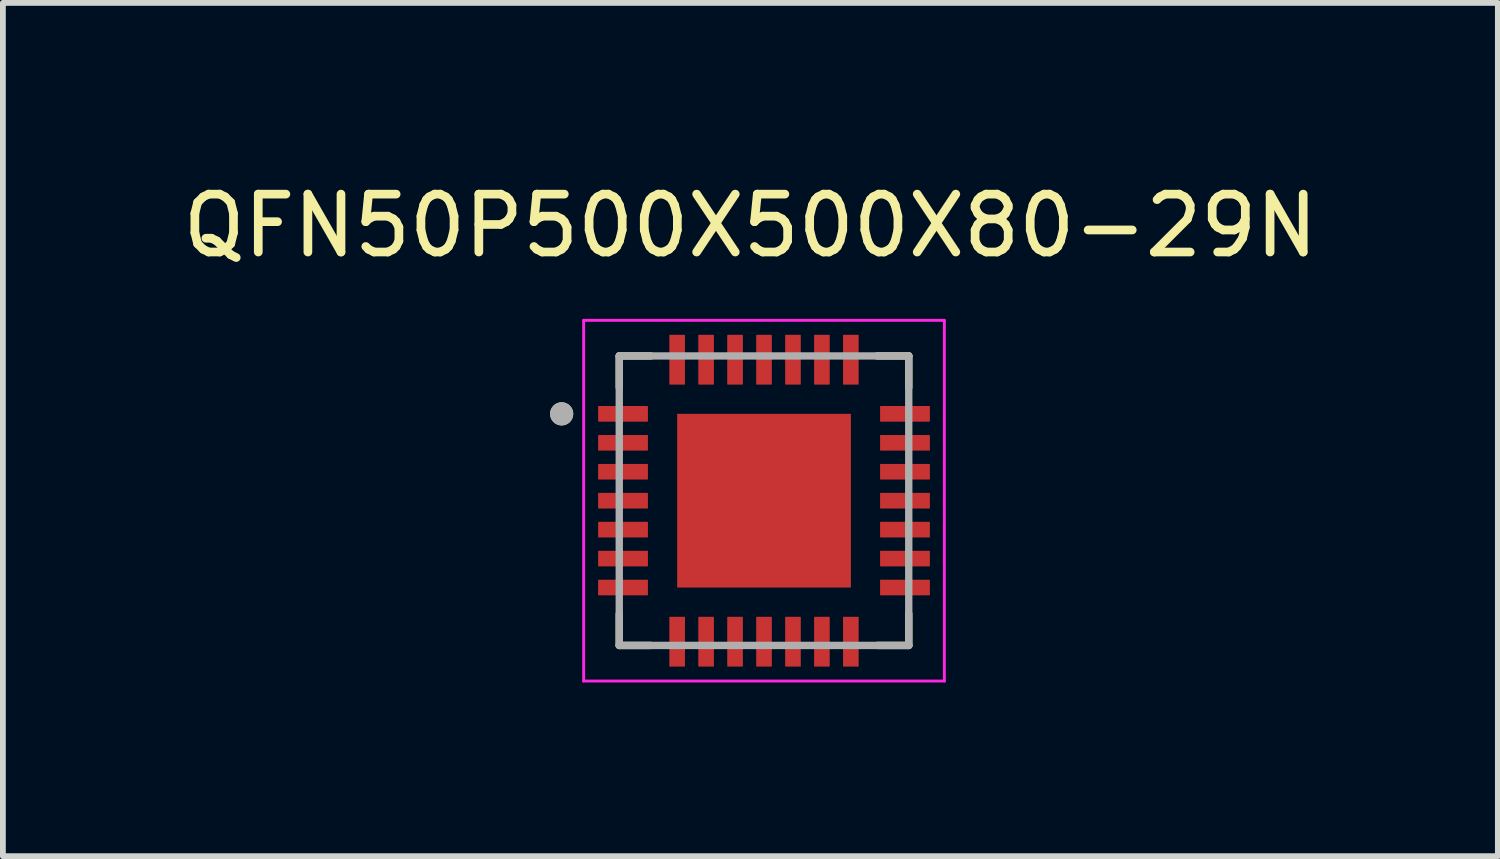
<source format=kicad_pcb>
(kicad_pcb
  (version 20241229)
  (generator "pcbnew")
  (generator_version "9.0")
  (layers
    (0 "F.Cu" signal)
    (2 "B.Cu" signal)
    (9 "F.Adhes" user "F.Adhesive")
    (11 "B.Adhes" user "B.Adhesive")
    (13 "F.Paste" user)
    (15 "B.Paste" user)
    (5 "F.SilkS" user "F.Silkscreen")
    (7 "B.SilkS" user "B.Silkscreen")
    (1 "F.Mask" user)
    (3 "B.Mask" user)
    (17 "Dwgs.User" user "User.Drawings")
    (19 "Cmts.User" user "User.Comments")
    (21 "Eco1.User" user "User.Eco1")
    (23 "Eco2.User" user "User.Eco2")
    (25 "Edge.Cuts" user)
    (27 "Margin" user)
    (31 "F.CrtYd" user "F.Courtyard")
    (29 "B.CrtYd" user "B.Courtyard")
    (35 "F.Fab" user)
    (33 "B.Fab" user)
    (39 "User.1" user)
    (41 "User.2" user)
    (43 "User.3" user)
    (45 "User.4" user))
  (footprint "QFN50P500X500X80-29N"
    (layer "F.Cu")
    (at 10.146 5.598)
    (property "Reference" "QFN50P500X500X80-29N" (at -0.235 -4.75 0) (layer "F.SilkS") (effects (font (size 1 1) (thickness 0.15))))
    (attr through_hole)
    (fp_line (start -2.5 -2.5) (end -2.5 -1.955) (stroke (width 0.127) (type solid)) (layer "F.SilkS"))
    (fp_line (start -2.5 -2.5) (end -1.955 -2.5) (stroke (width 0.127) (type solid)) (layer "F.SilkS"))
    (fp_line (start -2.5 2.5) (end -2.5 1.955) (stroke (width 0.127) (type solid)) (layer "F.SilkS"))
    (fp_line (start -2.5 2.5) (end -1.955 2.5) (stroke (width 0.127) (type solid)) (layer "F.SilkS"))
    (fp_line (start 2.5 -2.5) (end 1.955 -2.5) (stroke (width 0.127) (type solid)) (layer "F.SilkS"))
    (fp_line (start 2.5 -2.5) (end 2.5 -1.955) (stroke (width 0.127) (type solid)) (layer "F.SilkS"))
    (fp_line (start 2.5 2.5) (end 1.955 2.5) (stroke (width 0.127) (type solid)) (layer "F.SilkS"))
    (fp_line (start 2.5 2.5) (end 2.5 1.955) (stroke (width 0.127) (type solid)) (layer "F.SilkS"))
    (fp_circle (center -3.495 -1.5) (end -3.395 -1.5) (stroke (width 0.2) (type solid)) (fill no) (layer "F.SilkS"))
    (fp_poly (pts (xy -0.95 -0.95) (xy 0.95 -0.95) (xy 0.95 0.95) (xy -0.95 0.95)) (stroke (width 0.01) (type solid)) (fill yes) (layer "F.Paste"))
    (fp_line (start -3.115 -3.115) (end 3.115 -3.115) (stroke (width 0.05) (type solid)) (layer "F.CrtYd"))
    (fp_line (start -3.115 3.115) (end -3.115 -3.115) (stroke (width 0.05) (type solid)) (layer "F.CrtYd"))
    (fp_line (start -3.115 3.115) (end 3.115 3.115) (stroke (width 0.05) (type solid)) (layer "F.CrtYd"))
    (fp_line (start 3.115 3.115) (end 3.115 -3.115) (stroke (width 0.05) (type solid)) (layer "F.CrtYd"))
    (fp_line (start -2.5 2.5) (end -2.5 -2.5) (stroke (width 0.127) (type solid)) (layer "F.Fab"))
    (fp_line (start 2.5 -2.5) (end -2.5 -2.5) (stroke (width 0.127) (type solid)) (layer "F.Fab"))
    (fp_line (start 2.5 2.5) (end -2.5 2.5) (stroke (width 0.127) (type solid)) (layer "F.Fab"))
    (fp_line (start 2.5 2.5) (end 2.5 -2.5) (stroke (width 0.127) (type solid)) (layer "F.Fab"))
    (fp_circle (center -3.495 -1.5) (end -3.395 -1.5) (stroke (width 0.2) (type solid)) (fill no) (layer "F.Fab"))
    (pad "1" smd roundrect (at -2.435 -1.5) (size 0.86 0.27) (layers "F.Cu" "F.Mask" "F.Paste") (roundrect_rratio 0.03))
    (pad "2" smd roundrect (at -2.435 -1) (size 0.86 0.27) (layers "F.Cu" "F.Mask" "F.Paste") (roundrect_rratio 0.03))
    (pad "3" smd roundrect (at -2.435 -0.5) (size 0.86 0.27) (layers "F.Cu" "F.Mask" "F.Paste") (roundrect_rratio 0.03))
    (pad "4" smd roundrect (at -2.435 0) (size 0.86 0.27) (layers "F.Cu" "F.Mask" "F.Paste") (roundrect_rratio 0.03))
    (pad "5" smd roundrect (at -2.435 0.5) (size 0.86 0.27) (layers "F.Cu" "F.Mask" "F.Paste") (roundrect_rratio 0.03))
    (pad "6" smd roundrect (at -2.435 1) (size 0.86 0.27) (layers "F.Cu" "F.Mask" "F.Paste") (roundrect_rratio 0.03))
    (pad "7" smd roundrect (at -2.435 1.5) (size 0.86 0.27) (layers "F.Cu" "F.Mask" "F.Paste") (roundrect_rratio 0.03))
    (pad "8" smd roundrect (at -1.5 2.435) (size 0.27 0.86) (layers "F.Cu" "F.Mask" "F.Paste") (roundrect_rratio 0.03))
    (pad "9" smd roundrect (at -1 2.435) (size 0.27 0.86) (layers "F.Cu" "F.Mask" "F.Paste") (roundrect_rratio 0.03))
    (pad "10" smd roundrect (at -0.5 2.435) (size 0.27 0.86) (layers "F.Cu" "F.Mask" "F.Paste") (roundrect_rratio 0.03))
    (pad "11" smd roundrect (at 0 2.435) (size 0.27 0.86) (layers "F.Cu" "F.Mask" "F.Paste") (roundrect_rratio 0.03))
    (pad "12" smd roundrect (at 0.5 2.435) (size 0.27 0.86) (layers "F.Cu" "F.Mask" "F.Paste") (roundrect_rratio 0.03))
    (pad "13" smd roundrect (at 1 2.435) (size 0.27 0.86) (layers "F.Cu" "F.Mask" "F.Paste") (roundrect_rratio 0.03))
    (pad "14" smd roundrect (at 1.5 2.435) (size 0.27 0.86) (layers "F.Cu" "F.Mask" "F.Paste") (roundrect_rratio 0.03))
    (pad "15" smd roundrect (at 2.435 1.5) (size 0.86 0.27) (layers "F.Cu" "F.Mask" "F.Paste") (roundrect_rratio 0.03))
    (pad "16" smd roundrect (at 2.435 1) (size 0.86 0.27) (layers "F.Cu" "F.Mask" "F.Paste") (roundrect_rratio 0.03))
    (pad "17" smd roundrect (at 2.435 0.5) (size 0.86 0.27) (layers "F.Cu" "F.Mask" "F.Paste") (roundrect_rratio 0.03))
    (pad "18" smd roundrect (at 2.435 0) (size 0.86 0.27) (layers "F.Cu" "F.Mask" "F.Paste") (roundrect_rratio 0.03))
    (pad "19" smd roundrect (at 2.435 -0.5) (size 0.86 0.27) (layers "F.Cu" "F.Mask" "F.Paste") (roundrect_rratio 0.03))
    (pad "20" smd roundrect (at 2.435 -1) (size 0.86 0.27) (layers "F.Cu" "F.Mask" "F.Paste") (roundrect_rratio 0.03))
    (pad "21" smd roundrect (at 2.435 -1.5) (size 0.86 0.27) (layers "F.Cu" "F.Mask" "F.Paste") (roundrect_rratio 0.03))
    (pad "22" smd roundrect (at 1.5 -2.435) (size 0.27 0.86) (layers "F.Cu" "F.Mask" "F.Paste") (roundrect_rratio 0.03))
    (pad "23" smd roundrect (at 1 -2.435) (size 0.27 0.86) (layers "F.Cu" "F.Mask" "F.Paste") (roundrect_rratio 0.03))
    (pad "24" smd roundrect (at 0.5 -2.435) (size 0.27 0.86) (layers "F.Cu" "F.Mask" "F.Paste") (roundrect_rratio 0.03))
    (pad "25" smd roundrect (at 0 -2.435) (size 0.27 0.86) (layers "F.Cu" "F.Mask" "F.Paste") (roundrect_rratio 0.03))
    (pad "26" smd roundrect (at -0.5 -2.435) (size 0.27 0.86) (layers "F.Cu" "F.Mask" "F.Paste") (roundrect_rratio 0.03))
    (pad "27" smd roundrect (at -1 -2.435) (size 0.27 0.86) (layers "F.Cu" "F.Mask" "F.Paste") (roundrect_rratio 0.03))
    (pad "28" smd roundrect (at -1.5 -2.435) (size 0.27 0.86) (layers "F.Cu" "F.Mask" "F.Paste") (roundrect_rratio 0.03))
    (pad "29" smd rect (at 0 0) (size 3 3) (layers "F.Cu" "F.Mask")))
  (gr_rect
    (start -3 -3)
    (end 22.821 11.738)
    (stroke (width 0.1) (type default))
    (fill no)
    (layer "Edge.Cuts")))
</source>
